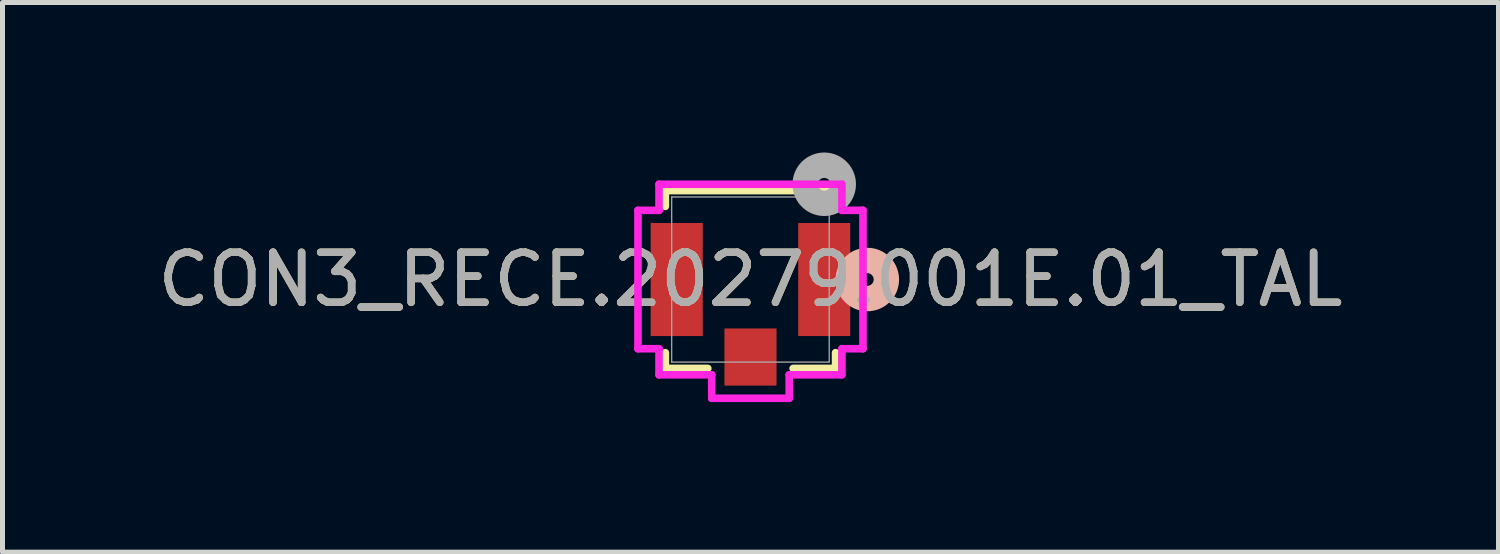
<source format=kicad_pcb>
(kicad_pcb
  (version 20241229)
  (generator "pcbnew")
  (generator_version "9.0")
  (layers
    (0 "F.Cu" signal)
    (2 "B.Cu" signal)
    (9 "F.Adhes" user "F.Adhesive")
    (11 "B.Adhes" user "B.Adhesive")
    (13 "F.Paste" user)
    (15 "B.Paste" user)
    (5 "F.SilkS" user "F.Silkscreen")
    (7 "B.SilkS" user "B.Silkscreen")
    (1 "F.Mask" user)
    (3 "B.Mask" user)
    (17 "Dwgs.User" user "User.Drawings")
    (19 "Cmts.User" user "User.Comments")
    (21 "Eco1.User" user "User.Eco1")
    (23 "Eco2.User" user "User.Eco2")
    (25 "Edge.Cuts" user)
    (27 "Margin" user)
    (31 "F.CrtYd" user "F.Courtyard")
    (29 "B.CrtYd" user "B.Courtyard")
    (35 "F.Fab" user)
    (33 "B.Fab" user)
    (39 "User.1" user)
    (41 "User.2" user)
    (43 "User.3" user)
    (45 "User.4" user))
  (footprint "CON3_RECE.20279.001E.01_TAL"
    (layer "F.Cu")
    (at 11.958 2.54)
    (property "Reference" "CON3_RECE.20279.001E.01_TAL" (at 0 0 0) (unlocked yes) (layer "F.SilkS") (effects (font (size 1 1) (thickness 0.15))))
    (attr smd)
    (fp_line (start -1.702 -1.778) (end -1.702 -1.463) (stroke (width 0.152) (type solid)) (layer "F.SilkS"))
    (fp_line (start -1.702 1.463) (end -1.702 1.778) (stroke (width 0.152) (type solid)) (layer "F.SilkS"))
    (fp_line (start -1.702 1.778) (end -0.853 1.778) (stroke (width 0.152) (type solid)) (layer "F.SilkS"))
    (fp_line (start 0.853 1.778) (end 1.702 1.778) (stroke (width 0.152) (type solid)) (layer "F.SilkS"))
    (fp_line (start 1.702 -1.778) (end -1.702 -1.778) (stroke (width 0.152) (type solid)) (layer "F.SilkS"))
    (fp_line (start 1.702 -1.463) (end 1.702 -1.778) (stroke (width 0.152) (type solid)) (layer "F.SilkS"))
    (fp_line (start 1.702 1.778) (end 1.702 1.463) (stroke (width 0.152) (type solid)) (layer "F.SilkS"))
    (fp_circle (center 2.337 0) (end 2.718 0) (stroke (width 0.508) (type solid)) (fill no) (layer "B.SilkS"))
    (fp_line (start -2.25 -1.384) (end -2.25 1.384) (stroke (width 0.152) (type solid)) (layer "F.CrtYd"))
    (fp_line (start -2.25 1.384) (end -1.829 1.384) (stroke (width 0.152) (type solid)) (layer "F.CrtYd"))
    (fp_line (start -1.829 -1.905) (end -1.829 -1.384) (stroke (width 0.152) (type solid)) (layer "F.CrtYd"))
    (fp_line (start -1.829 -1.384) (end -2.25 -1.384) (stroke (width 0.152) (type solid)) (layer "F.CrtYd"))
    (fp_line (start -1.829 1.384) (end -1.829 1.905) (stroke (width 0.152) (type solid)) (layer "F.CrtYd"))
    (fp_line (start -1.829 1.905) (end -0.775 1.905) (stroke (width 0.152) (type solid)) (layer "F.CrtYd"))
    (fp_line (start -0.775 1.905) (end -0.775 2.375) (stroke (width 0.152) (type solid)) (layer "F.CrtYd"))
    (fp_line (start -0.775 2.375) (end 0.775 2.375) (stroke (width 0.152) (type solid)) (layer "F.CrtYd"))
    (fp_line (start 0.775 1.905) (end 1.829 1.905) (stroke (width 0.152) (type solid)) (layer "F.CrtYd"))
    (fp_line (start 0.775 2.375) (end 0.775 1.905) (stroke (width 0.152) (type solid)) (layer "F.CrtYd"))
    (fp_line (start 1.829 -1.905) (end -1.829 -1.905) (stroke (width 0.152) (type solid)) (layer "F.CrtYd"))
    (fp_line (start 1.829 -1.384) (end 1.829 -1.905) (stroke (width 0.152) (type solid)) (layer "F.CrtYd"))
    (fp_line (start 1.829 1.384) (end 2.25 1.384) (stroke (width 0.152) (type solid)) (layer "F.CrtYd"))
    (fp_line (start 1.829 1.905) (end 1.829 1.384) (stroke (width 0.152) (type solid)) (layer "F.CrtYd"))
    (fp_line (start 2.25 -1.384) (end 1.829 -1.384) (stroke (width 0.152) (type solid)) (layer "F.CrtYd"))
    (fp_line (start 2.25 1.384) (end 2.25 -1.384) (stroke (width 0.152) (type solid)) (layer "F.CrtYd"))
    (fp_line (start -1.575 -1.651) (end -1.575 1.651) (stroke (width 0.025) (type solid)) (layer "F.Fab"))
    (fp_line (start -1.575 1.651) (end 1.575 1.651) (stroke (width 0.025) (type solid)) (layer "F.Fab"))
    (fp_line (start 1.575 -1.651) (end -1.575 -1.651) (stroke (width 0.025) (type solid)) (layer "F.Fab"))
    (fp_line (start 1.575 1.651) (end 1.575 -1.651) (stroke (width 0.025) (type solid)) (layer "F.Fab"))
    (fp_circle (center 1.475 -1.905) (end 1.856 -1.905) (stroke (width 0.508) (type solid)) (fill no) (layer "F.Fab"))
    (fp_text user "${REFERENCE}" (at 0 0 0) (unlocked yes) (layer "F.Fab") (effects (font (size 1 1) (thickness 0.15))))
    (pad "1" smd rect (at 1.475 0) (size 1.041 2.261) (layers "F.Cu" "F.Mask" "F.Paste"))
    (pad "2" smd rect (at 0 1.55) (size 1.041 1.143) (layers "F.Cu" "F.Mask" "F.Paste"))
    (pad "3" smd rect (at -1.475 0) (size 1.041 2.261) (layers "F.Cu" "F.Mask" "F.Paste")))
  (gr_rect
    (start -3 -3)
    (end 26.917 7.992)
    (stroke (width 0.1) (type default))
    (fill no)
    (layer "Edge.Cuts")))
</source>
